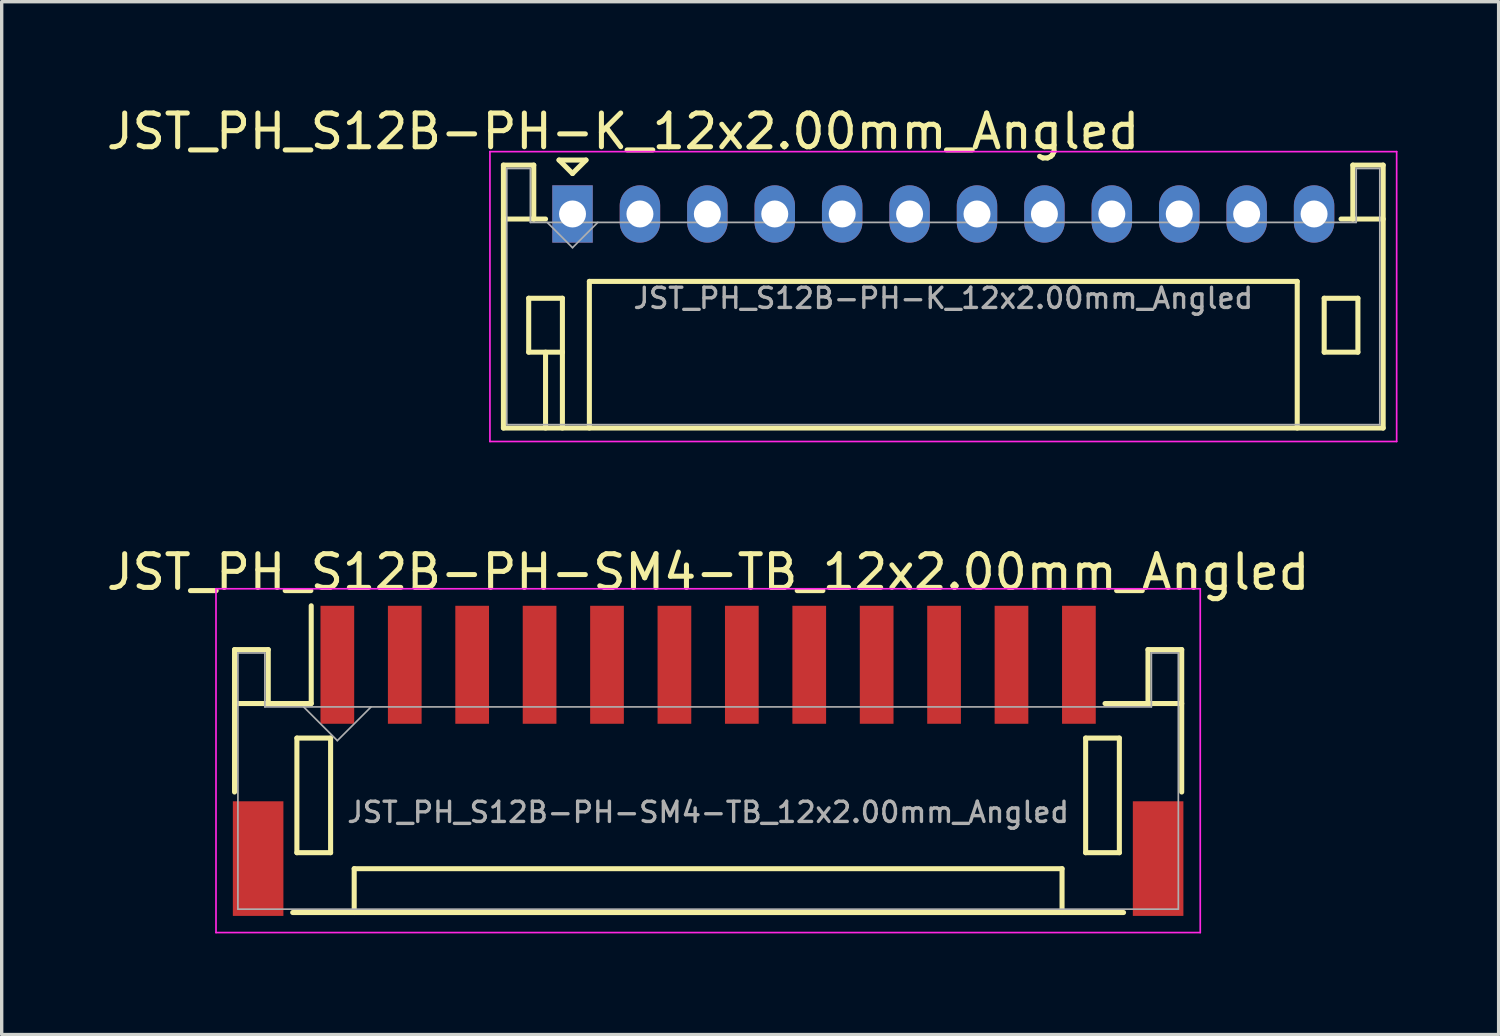
<source format=kicad_pcb>
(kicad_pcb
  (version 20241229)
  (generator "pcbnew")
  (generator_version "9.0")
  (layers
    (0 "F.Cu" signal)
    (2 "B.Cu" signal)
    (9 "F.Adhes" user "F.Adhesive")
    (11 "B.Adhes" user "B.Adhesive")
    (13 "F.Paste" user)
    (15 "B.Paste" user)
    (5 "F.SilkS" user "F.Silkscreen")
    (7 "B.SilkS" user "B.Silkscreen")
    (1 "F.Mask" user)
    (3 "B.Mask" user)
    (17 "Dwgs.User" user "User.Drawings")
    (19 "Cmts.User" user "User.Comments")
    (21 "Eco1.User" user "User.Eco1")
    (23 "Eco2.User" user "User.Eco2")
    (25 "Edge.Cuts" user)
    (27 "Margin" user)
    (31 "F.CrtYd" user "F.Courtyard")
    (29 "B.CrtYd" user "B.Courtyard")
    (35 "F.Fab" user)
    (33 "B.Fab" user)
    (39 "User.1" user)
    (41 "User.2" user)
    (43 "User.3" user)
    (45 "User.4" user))
  (footprint "JST_PH_S12B-PH-SM4-TB_12x2.00mm_Angled"
    (layer "F.Cu")
    (at 17.958 19.547)
    (property "Reference" "JST_PH_S12B-PH-SM4-TB_12x2.00mm_Angled" (at 0 1.5 0) (layer "F.Fab") (effects (font (size 0.6 0.6) (thickness 0.1))))
    (attr smd)
    (fp_line (start -14.05 -3.325) (end -14.05 0.9) (stroke (width 0.15) (type solid)) (layer "F.SilkS"))
    (fp_line (start -14.05 -1.725) (end -13.05 -1.725) (stroke (width 0.15) (type solid)) (layer "F.SilkS"))
    (fp_line (start -13.05 -3.325) (end -14.05 -3.325) (stroke (width 0.15) (type solid)) (layer "F.SilkS"))
    (fp_line (start -13.05 -1.725) (end -13.05 -3.325) (stroke (width 0.15) (type solid)) (layer "F.SilkS"))
    (fp_line (start -12.325 4.475) (end 12.325 4.475) (stroke (width 0.15) (type solid)) (layer "F.SilkS"))
    (fp_line (start -12.2 -0.7) (end -12.2 2.7) (stroke (width 0.15) (type solid)) (layer "F.SilkS"))
    (fp_line (start -12.2 2.7) (end -11.2 2.7) (stroke (width 0.15) (type solid)) (layer "F.SilkS"))
    (fp_line (start -11.775 -1.725) (end -13.05 -1.725) (stroke (width 0.15) (type solid)) (layer "F.SilkS"))
    (fp_line (start -11.775 -1.725) (end -11.775 -4.625) (stroke (width 0.15) (type solid)) (layer "F.SilkS"))
    (fp_line (start -11.2 -0.7) (end -12.2 -0.7) (stroke (width 0.15) (type solid)) (layer "F.SilkS"))
    (fp_line (start -11.2 2.7) (end -11.2 -0.7) (stroke (width 0.15) (type solid)) (layer "F.SilkS"))
    (fp_line (start -10.5 3.175) (end 10.5 3.175) (stroke (width 0.15) (type solid)) (layer "F.SilkS"))
    (fp_line (start -10.5 4.475) (end -10.5 3.175) (stroke (width 0.15) (type solid)) (layer "F.SilkS"))
    (fp_line (start 10.5 3.175) (end 10.5 4.475) (stroke (width 0.15) (type solid)) (layer "F.SilkS"))
    (fp_line (start 11.2 -0.7) (end 12.2 -0.7) (stroke (width 0.15) (type solid)) (layer "F.SilkS"))
    (fp_line (start 11.2 2.7) (end 11.2 -0.7) (stroke (width 0.15) (type solid)) (layer "F.SilkS"))
    (fp_line (start 12.2 -0.7) (end 12.2 2.7) (stroke (width 0.15) (type solid)) (layer "F.SilkS"))
    (fp_line (start 12.2 2.7) (end 11.2 2.7) (stroke (width 0.15) (type solid)) (layer "F.SilkS"))
    (fp_line (start 13.05 -3.325) (end 13.05 -1.725) (stroke (width 0.15) (type solid)) (layer "F.SilkS"))
    (fp_line (start 13.05 -1.725) (end 11.775 -1.725) (stroke (width 0.15) (type solid)) (layer "F.SilkS"))
    (fp_line (start 14.05 -3.325) (end 13.05 -3.325) (stroke (width 0.15) (type solid)) (layer "F.SilkS"))
    (fp_line (start 14.05 -1.725) (end 13.05 -1.725) (stroke (width 0.15) (type solid)) (layer "F.SilkS"))
    (fp_line (start 14.05 0.9) (end 14.05 -3.325) (stroke (width 0.15) (type solid)) (layer "F.SilkS"))
    (fp_line (start -14.6 -5.13) (end -14.6 5.07) (stroke (width 0.05) (type solid)) (layer "F.CrtYd"))
    (fp_line (start -14.6 5.07) (end 14.6 5.07) (stroke (width 0.05) (type solid)) (layer "F.CrtYd"))
    (fp_line (start 14.6 -5.13) (end -14.6 -5.13) (stroke (width 0.05) (type solid)) (layer "F.CrtYd"))
    (fp_line (start 14.6 5.07) (end 14.6 -5.13) (stroke (width 0.05) (type solid)) (layer "F.CrtYd"))
    (fp_line (start -13.95 -3.225) (end -13.95 4.375) (stroke (width 0.05) (type solid)) (layer "F.Fab"))
    (fp_line (start -13.95 4.375) (end 13.95 4.375) (stroke (width 0.05) (type solid)) (layer "F.Fab"))
    (fp_line (start -13.15 -3.225) (end -13.95 -3.225) (stroke (width 0.05) (type solid)) (layer "F.Fab"))
    (fp_line (start -13.15 -1.625) (end -13.15 -3.225) (stroke (width 0.05) (type solid)) (layer "F.Fab"))
    (fp_line (start -12 -1.625) (end -11 -0.625) (stroke (width 0.05) (type solid)) (layer "F.Fab"))
    (fp_line (start -11 -0.625) (end -10 -1.625) (stroke (width 0.05) (type solid)) (layer "F.Fab"))
    (fp_line (start 13.15 -3.225) (end 13.15 -1.625) (stroke (width 0.05) (type solid)) (layer "F.Fab"))
    (fp_line (start 13.15 -1.625) (end -13.15 -1.625) (stroke (width 0.05) (type solid)) (layer "F.Fab"))
    (fp_line (start 13.95 -3.225) (end 13.15 -3.225) (stroke (width 0.05) (type solid)) (layer "F.Fab"))
    (fp_line (start 13.95 4.375) (end 13.95 -3.225) (stroke (width 0.05) (type solid)) (layer "F.Fab"))
    (fp_text user "${REFERENCE}" (at 0 -5.625 0) (layer "F.SilkS") (effects (font (size 1 1) (thickness 0.15))))
    (pad "" smd rect (at -13.35 2.875) (size 1.5 3.4) (layers "F.Cu" "F.Mask" "F.Paste"))
    (pad "" smd rect (at 13.35 2.875) (size 1.5 3.4) (layers "F.Cu" "F.Mask" "F.Paste"))
    (pad "1" smd rect (at -11 -2.875) (size 1 3.5) (layers "F.Cu" "F.Mask" "F.Paste"))
    (pad "2" smd rect (at -9 -2.875) (size 1 3.5) (layers "F.Cu" "F.Mask" "F.Paste"))
    (pad "3" smd rect (at -7 -2.875) (size 1 3.5) (layers "F.Cu" "F.Mask" "F.Paste"))
    (pad "4" smd rect (at -5 -2.875) (size 1 3.5) (layers "F.Cu" "F.Mask" "F.Paste"))
    (pad "5" smd rect (at -3 -2.875) (size 1 3.5) (layers "F.Cu" "F.Mask" "F.Paste"))
    (pad "6" smd rect (at -1 -2.875) (size 1 3.5) (layers "F.Cu" "F.Mask" "F.Paste"))
    (pad "7" smd rect (at 1 -2.875) (size 1 3.5) (layers "F.Cu" "F.Mask" "F.Paste"))
    (pad "8" smd rect (at 3 -2.875) (size 1 3.5) (layers "F.Cu" "F.Mask" "F.Paste"))
    (pad "9" smd rect (at 5 -2.875) (size 1 3.5) (layers "F.Cu" "F.Mask" "F.Paste"))
    (pad "10" smd rect (at 7 -2.875) (size 1 3.5) (layers "F.Cu" "F.Mask" "F.Paste"))
    (pad "11" smd rect (at 9 -2.875) (size 1 3.5) (layers "F.Cu" "F.Mask" "F.Paste"))
    (pad "12" smd rect (at 11 -2.875) (size 1 3.5) (layers "F.Cu" "F.Mask" "F.Paste")))
  (footprint "JST_PH_S12B-PH-K_12x2.00mm_Angled"
    (layer "F.Cu")
    (at 13.935 3.298)
    (property "Reference" "JST_PH_S12B-PH-K_12x2.00mm_Angled" (at 11 2.5 0) (layer "F.Fab") (effects (font (size 0.6 0.6) (thickness 0.1))))
    (attr through_hole)
    (fp_line (start -2.05 -1.45) (end -2.05 6.35) (stroke (width 0.15) (type solid)) (layer "F.SilkS"))
    (fp_line (start -2.05 0.15) (end -1.15 0.15) (stroke (width 0.15) (type solid)) (layer "F.SilkS"))
    (fp_line (start -2.05 6.35) (end 24.05 6.35) (stroke (width 0.15) (type solid)) (layer "F.SilkS"))
    (fp_line (start -1.3 2.5) (end -1.3 4.1) (stroke (width 0.15) (type solid)) (layer "F.SilkS"))
    (fp_line (start -1.3 4.1) (end -0.3 4.1) (stroke (width 0.15) (type solid)) (layer "F.SilkS"))
    (fp_line (start -1.15 -1.45) (end -2.05 -1.45) (stroke (width 0.15) (type solid)) (layer "F.SilkS"))
    (fp_line (start -1.15 0.15) (end -1.15 -1.45) (stroke (width 0.15) (type solid)) (layer "F.SilkS"))
    (fp_line (start -0.8 0.15) (end -1.15 0.15) (stroke (width 0.15) (type solid)) (layer "F.SilkS"))
    (fp_line (start -0.8 4.1) (end -0.8 6.35) (stroke (width 0.15) (type solid)) (layer "F.SilkS"))
    (fp_line (start -0.4 -1.6) (end 0.4 -1.6) (stroke (width 0.15) (type solid)) (layer "F.SilkS"))
    (fp_line (start -0.3 2.5) (end -1.3 2.5) (stroke (width 0.15) (type solid)) (layer "F.SilkS"))
    (fp_line (start -0.3 4.1) (end -0.3 2.5) (stroke (width 0.15) (type solid)) (layer "F.SilkS"))
    (fp_line (start -0.3 4.1) (end -0.3 6.35) (stroke (width 0.15) (type solid)) (layer "F.SilkS"))
    (fp_line (start 0 -1.2) (end -0.4 -1.6) (stroke (width 0.15) (type solid)) (layer "F.SilkS"))
    (fp_line (start 0.4 -1.6) (end 0 -1.2) (stroke (width 0.15) (type solid)) (layer "F.SilkS"))
    (fp_line (start 0.5 2) (end 21.5 2) (stroke (width 0.15) (type solid)) (layer "F.SilkS"))
    (fp_line (start 0.5 6.35) (end 0.5 2) (stroke (width 0.15) (type solid)) (layer "F.SilkS"))
    (fp_line (start 21.5 2) (end 21.5 6.35) (stroke (width 0.15) (type solid)) (layer "F.SilkS"))
    (fp_line (start 22.3 2.5) (end 23.3 2.5) (stroke (width 0.15) (type solid)) (layer "F.SilkS"))
    (fp_line (start 22.3 4.1) (end 22.3 2.5) (stroke (width 0.15) (type solid)) (layer "F.SilkS"))
    (fp_line (start 23.15 -1.45) (end 23.15 0.15) (stroke (width 0.15) (type solid)) (layer "F.SilkS"))
    (fp_line (start 23.15 0.15) (end 22.8 0.15) (stroke (width 0.15) (type solid)) (layer "F.SilkS"))
    (fp_line (start 23.3 2.5) (end 23.3 4.1) (stroke (width 0.15) (type solid)) (layer "F.SilkS"))
    (fp_line (start 23.3 4.1) (end 22.3 4.1) (stroke (width 0.15) (type solid)) (layer "F.SilkS"))
    (fp_line (start 24.05 -1.45) (end 23.15 -1.45) (stroke (width 0.15) (type solid)) (layer "F.SilkS"))
    (fp_line (start 24.05 0.15) (end 23.15 0.15) (stroke (width 0.15) (type solid)) (layer "F.SilkS"))
    (fp_line (start 24.05 6.35) (end 24.05 -1.45) (stroke (width 0.15) (type solid)) (layer "F.SilkS"))
    (fp_line (start -2.45 -1.85) (end -2.45 6.75) (stroke (width 0.05) (type solid)) (layer "F.CrtYd"))
    (fp_line (start -2.45 6.75) (end 24.45 6.75) (stroke (width 0.05) (type solid)) (layer "F.CrtYd"))
    (fp_line (start 24.45 -1.85) (end -2.45 -1.85) (stroke (width 0.05) (type solid)) (layer "F.CrtYd"))
    (fp_line (start 24.45 6.75) (end 24.45 -1.85) (stroke (width 0.05) (type solid)) (layer "F.CrtYd"))
    (fp_line (start -1.95 -1.35) (end -1.95 6.25) (stroke (width 0.05) (type solid)) (layer "F.Fab"))
    (fp_line (start -1.95 6.25) (end 23.95 6.25) (stroke (width 0.05) (type solid)) (layer "F.Fab"))
    (fp_line (start -1.25 -1.35) (end -1.95 -1.35) (stroke (width 0.05) (type solid)) (layer "F.Fab"))
    (fp_line (start -1.25 0.25) (end -1.25 -1.35) (stroke (width 0.05) (type solid)) (layer "F.Fab"))
    (fp_line (start -0.75 0.25) (end 0 1) (stroke (width 0.05) (type solid)) (layer "F.Fab"))
    (fp_line (start 0 1) (end 0.75 0.25) (stroke (width 0.05) (type solid)) (layer "F.Fab"))
    (fp_line (start 23.25 -1.35) (end 23.25 0.25) (stroke (width 0.05) (type solid)) (layer "F.Fab"))
    (fp_line (start 23.25 0.25) (end -1.25 0.25) (stroke (width 0.05) (type solid)) (layer "F.Fab"))
    (fp_line (start 23.95 -1.35) (end 23.25 -1.35) (stroke (width 0.05) (type solid)) (layer "F.Fab"))
    (fp_line (start 23.95 6.25) (end 23.95 -1.35) (stroke (width 0.05) (type solid)) (layer "F.Fab"))
    (fp_text user "${REFERENCE}" (at 1.5 -2.45 0) (layer "F.SilkS") (effects (font (size 1 1) (thickness 0.15))))
    (pad "1" thru_hole rect (at 0 0) (size 1.2 1.7) (drill 0.8) (layers "*.Cu" "*.Mask"))
    (pad "2" thru_hole oval (at 2 0) (size 1.2 1.7) (drill 0.8) (layers "*.Cu" "*.Mask"))
    (pad "3" thru_hole oval (at 4 0) (size 1.2 1.7) (drill 0.8) (layers "*.Cu" "*.Mask"))
    (pad "4" thru_hole oval (at 6 0) (size 1.2 1.7) (drill 0.8) (layers "*.Cu" "*.Mask"))
    (pad "5" thru_hole oval (at 8 0) (size 1.2 1.7) (drill 0.8) (layers "*.Cu" "*.Mask"))
    (pad "6" thru_hole oval (at 10 0) (size 1.2 1.7) (drill 0.8) (layers "*.Cu" "*.Mask"))
    (pad "7" thru_hole oval (at 12 0) (size 1.2 1.7) (drill 0.8) (layers "*.Cu" "*.Mask"))
    (pad "8" thru_hole oval (at 14 0) (size 1.2 1.7) (drill 0.8) (layers "*.Cu" "*.Mask"))
    (pad "9" thru_hole oval (at 16 0) (size 1.2 1.7) (drill 0.8) (layers "*.Cu" "*.Mask"))
    (pad "10" thru_hole oval (at 18 0) (size 1.2 1.7) (drill 0.8) (layers "*.Cu" "*.Mask"))
    (pad "11" thru_hole oval (at 20 0) (size 1.2 1.7) (drill 0.8) (layers "*.Cu" "*.Mask"))
    (pad "12" thru_hole oval (at 22 0) (size 1.2 1.7) (drill 0.8) (layers "*.Cu" "*.Mask")))
  (gr_rect
    (start -3 -3)
    (end 41.41 27.642)
    (stroke (width 0.1) (type default))
    (fill no)
    (layer "Edge.Cuts")))
</source>
